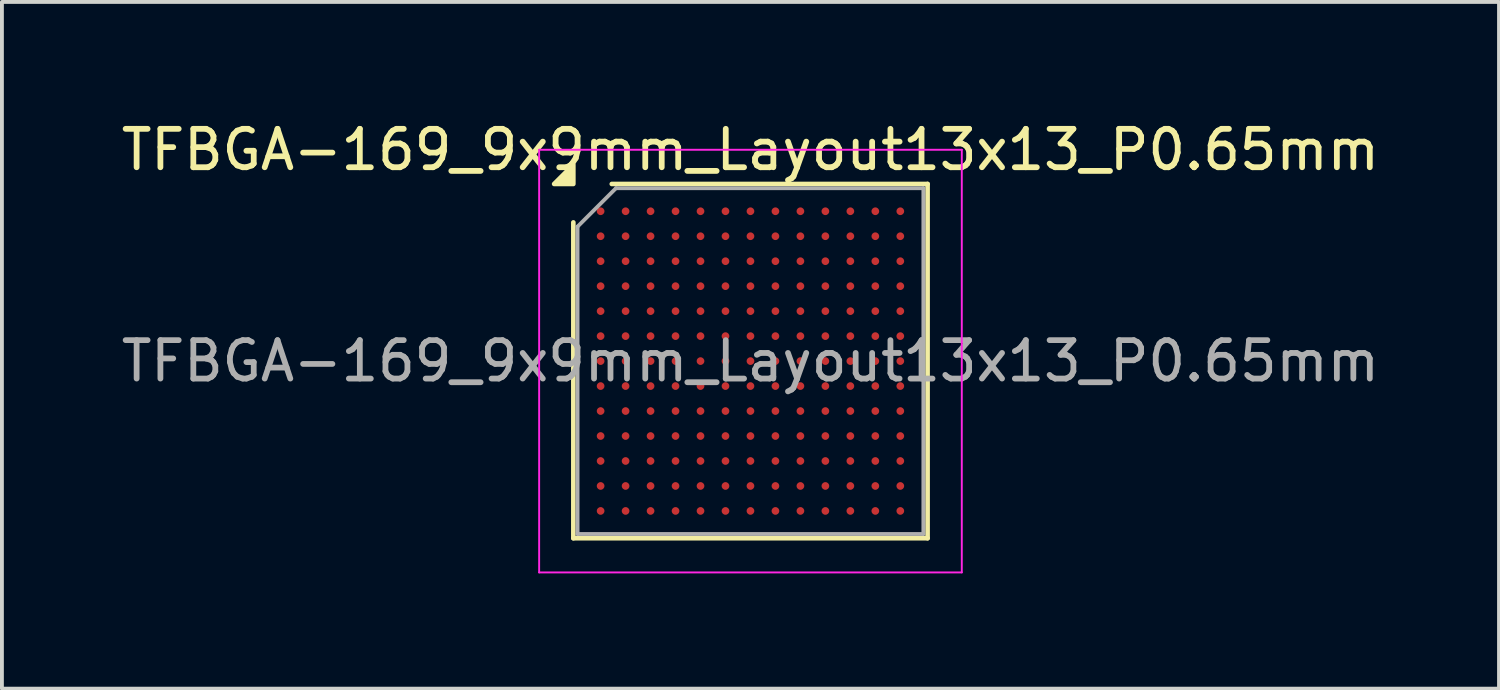
<source format=kicad_pcb>
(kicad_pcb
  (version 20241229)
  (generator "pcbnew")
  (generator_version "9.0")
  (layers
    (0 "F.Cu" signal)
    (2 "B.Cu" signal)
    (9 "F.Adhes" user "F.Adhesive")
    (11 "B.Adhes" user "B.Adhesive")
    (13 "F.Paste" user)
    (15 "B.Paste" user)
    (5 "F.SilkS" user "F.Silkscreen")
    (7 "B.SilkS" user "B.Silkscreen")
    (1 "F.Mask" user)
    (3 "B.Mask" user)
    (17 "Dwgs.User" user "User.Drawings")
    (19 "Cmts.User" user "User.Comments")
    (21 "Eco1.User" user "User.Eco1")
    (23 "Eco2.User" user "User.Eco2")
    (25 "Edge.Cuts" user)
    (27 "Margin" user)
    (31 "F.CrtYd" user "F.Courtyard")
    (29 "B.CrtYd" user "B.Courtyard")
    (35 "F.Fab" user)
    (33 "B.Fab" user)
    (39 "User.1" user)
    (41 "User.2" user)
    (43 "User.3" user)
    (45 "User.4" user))
  (footprint "TFBGA-169_9x9mm_Layout13x13_P0.65mm"
    (layer "F.Cu")
    (at 16.482 6.348)
    (property "Reference" "TFBGA-169_9x9mm_Layout13x13_P0.65mm" (at 0 -5.5 0) (layer "F.SilkS") (effects (font (size 1 1) (thickness 0.15))))
    (attr smd)
    (fp_line (start -4.61 4.61) (end -4.61 -3.61) (stroke (width 0.12) (type solid)) (layer "F.SilkS"))
    (fp_line (start -3.61 -4.61) (end 4.61 -4.61) (stroke (width 0.12) (type solid)) (layer "F.SilkS"))
    (fp_line (start 4.61 -4.61) (end 4.61 4.61) (stroke (width 0.12) (type solid)) (layer "F.SilkS"))
    (fp_line (start 4.61 4.61) (end -4.61 4.61) (stroke (width 0.12) (type solid)) (layer "F.SilkS"))
    (fp_poly (pts (xy -4.61 -4.61) (xy -5.11 -4.61) (xy -4.61 -5.11) (xy -4.61 -4.61)) (stroke (width 0.12) (type solid)) (fill yes) (layer "F.SilkS"))
    (fp_line (start -5.5 -5.5) (end -5.5 5.5) (stroke (width 0.05) (type solid)) (layer "F.CrtYd"))
    (fp_line (start -5.5 5.5) (end 5.5 5.5) (stroke (width 0.05) (type solid)) (layer "F.CrtYd"))
    (fp_line (start 5.5 -5.5) (end -5.5 -5.5) (stroke (width 0.05) (type solid)) (layer "F.CrtYd"))
    (fp_line (start 5.5 5.5) (end 5.5 -5.5) (stroke (width 0.05) (type solid)) (layer "F.CrtYd"))
    (fp_line (start -4.5 -3.5) (end -3.5 -4.5) (stroke (width 0.1) (type solid)) (layer "F.Fab"))
    (fp_line (start -4.5 4.5) (end -4.5 -3.5) (stroke (width 0.1) (type solid)) (layer "F.Fab"))
    (fp_line (start -3.5 -4.5) (end 4.5 -4.5) (stroke (width 0.1) (type solid)) (layer "F.Fab"))
    (fp_line (start 4.5 -4.5) (end 4.5 4.5) (stroke (width 0.1) (type solid)) (layer "F.Fab"))
    (fp_line (start 4.5 4.5) (end -4.5 4.5) (stroke (width 0.1) (type solid)) (layer "F.Fab"))
    (fp_text user "${REFERENCE}" (at 0 0 0) (layer "F.Fab") (effects (font (size 1 1) (thickness 0.15))))
    (pad "A1" smd circle (at -3.9 -3.9) (size 0.2 0.2) (property pad_prop_bga) (layers "F.Cu" "F.Mask" "F.Paste"))
    (pad "A2" smd circle (at -3.25 -3.9) (size 0.2 0.2) (property pad_prop_bga) (layers "F.Cu" "F.Mask" "F.Paste"))
    (pad "A3" smd circle (at -2.6 -3.9) (size 0.2 0.2) (property pad_prop_bga) (layers "F.Cu" "F.Mask" "F.Paste"))
    (pad "A4" smd circle (at -1.95 -3.9) (size 0.2 0.2) (property pad_prop_bga) (layers "F.Cu" "F.Mask" "F.Paste"))
    (pad "A5" smd circle (at -1.3 -3.9) (size 0.2 0.2) (property pad_prop_bga) (layers "F.Cu" "F.Mask" "F.Paste"))
    (pad "A6" smd circle (at -0.65 -3.9) (size 0.2 0.2) (property pad_prop_bga) (layers "F.Cu" "F.Mask" "F.Paste"))
    (pad "A7" smd circle (at 0 -3.9) (size 0.2 0.2) (property pad_prop_bga) (layers "F.Cu" "F.Mask" "F.Paste"))
    (pad "A8" smd circle (at 0.65 -3.9) (size 0.2 0.2) (property pad_prop_bga) (layers "F.Cu" "F.Mask" "F.Paste"))
    (pad "A9" smd circle (at 1.3 -3.9) (size 0.2 0.2) (property pad_prop_bga) (layers "F.Cu" "F.Mask" "F.Paste"))
    (pad "A10" smd circle (at 1.95 -3.9) (size 0.2 0.2) (property pad_prop_bga) (layers "F.Cu" "F.Mask" "F.Paste"))
    (pad "A11" smd circle (at 2.6 -3.9) (size 0.2 0.2) (property pad_prop_bga) (layers "F.Cu" "F.Mask" "F.Paste"))
    (pad "A12" smd circle (at 3.25 -3.9) (size 0.2 0.2) (property pad_prop_bga) (layers "F.Cu" "F.Mask" "F.Paste"))
    (pad "A13" smd circle (at 3.9 -3.9) (size 0.2 0.2) (property pad_prop_bga) (layers "F.Cu" "F.Mask" "F.Paste"))
    (pad "B1" smd circle (at -3.9 -3.25) (size 0.2 0.2) (property pad_prop_bga) (layers "F.Cu" "F.Mask" "F.Paste"))
    (pad "B2" smd circle (at -3.25 -3.25) (size 0.2 0.2) (property pad_prop_bga) (layers "F.Cu" "F.Mask" "F.Paste"))
    (pad "B3" smd circle (at -2.6 -3.25) (size 0.2 0.2) (property pad_prop_bga) (layers "F.Cu" "F.Mask" "F.Paste"))
    (pad "B4" smd circle (at -1.95 -3.25) (size 0.2 0.2) (property pad_prop_bga) (layers "F.Cu" "F.Mask" "F.Paste"))
    (pad "B5" smd circle (at -1.3 -3.25) (size 0.2 0.2) (property pad_prop_bga) (layers "F.Cu" "F.Mask" "F.Paste"))
    (pad "B6" smd circle (at -0.65 -3.25) (size 0.2 0.2) (property pad_prop_bga) (layers "F.Cu" "F.Mask" "F.Paste"))
    (pad "B7" smd circle (at 0 -3.25) (size 0.2 0.2) (property pad_prop_bga) (layers "F.Cu" "F.Mask" "F.Paste"))
    (pad "B8" smd circle (at 0.65 -3.25) (size 0.2 0.2) (property pad_prop_bga) (layers "F.Cu" "F.Mask" "F.Paste"))
    (pad "B9" smd circle (at 1.3 -3.25) (size 0.2 0.2) (property pad_prop_bga) (layers "F.Cu" "F.Mask" "F.Paste"))
    (pad "B10" smd circle (at 1.95 -3.25) (size 0.2 0.2) (property pad_prop_bga) (layers "F.Cu" "F.Mask" "F.Paste"))
    (pad "B11" smd circle (at 2.6 -3.25) (size 0.2 0.2) (property pad_prop_bga) (layers "F.Cu" "F.Mask" "F.Paste"))
    (pad "B12" smd circle (at 3.25 -3.25) (size 0.2 0.2) (property pad_prop_bga) (layers "F.Cu" "F.Mask" "F.Paste"))
    (pad "B13" smd circle (at 3.9 -3.25) (size 0.2 0.2) (property pad_prop_bga) (layers "F.Cu" "F.Mask" "F.Paste"))
    (pad "C1" smd circle (at -3.9 -2.6) (size 0.2 0.2) (property pad_prop_bga) (layers "F.Cu" "F.Mask" "F.Paste"))
    (pad "C2" smd circle (at -3.25 -2.6) (size 0.2 0.2) (property pad_prop_bga) (layers "F.Cu" "F.Mask" "F.Paste"))
    (pad "C3" smd circle (at -2.6 -2.6) (size 0.2 0.2) (property pad_prop_bga) (layers "F.Cu" "F.Mask" "F.Paste"))
    (pad "C4" smd circle (at -1.95 -2.6) (size 0.2 0.2) (property pad_prop_bga) (layers "F.Cu" "F.Mask" "F.Paste"))
    (pad "C5" smd circle (at -1.3 -2.6) (size 0.2 0.2) (property pad_prop_bga) (layers "F.Cu" "F.Mask" "F.Paste"))
    (pad "C6" smd circle (at -0.65 -2.6) (size 0.2 0.2) (property pad_prop_bga) (layers "F.Cu" "F.Mask" "F.Paste"))
    (pad "C7" smd circle (at 0 -2.6) (size 0.2 0.2) (property pad_prop_bga) (layers "F.Cu" "F.Mask" "F.Paste"))
    (pad "C8" smd circle (at 0.65 -2.6) (size 0.2 0.2) (property pad_prop_bga) (layers "F.Cu" "F.Mask" "F.Paste"))
    (pad "C9" smd circle (at 1.3 -2.6) (size 0.2 0.2) (property pad_prop_bga) (layers "F.Cu" "F.Mask" "F.Paste"))
    (pad "C10" smd circle (at 1.95 -2.6) (size 0.2 0.2) (property pad_prop_bga) (layers "F.Cu" "F.Mask" "F.Paste"))
    (pad "C11" smd circle (at 2.6 -2.6) (size 0.2 0.2) (property pad_prop_bga) (layers "F.Cu" "F.Mask" "F.Paste"))
    (pad "C12" smd circle (at 3.25 -2.6) (size 0.2 0.2) (property pad_prop_bga) (layers "F.Cu" "F.Mask" "F.Paste"))
    (pad "C13" smd circle (at 3.9 -2.6) (size 0.2 0.2) (property pad_prop_bga) (layers "F.Cu" "F.Mask" "F.Paste"))
    (pad "D1" smd circle (at -3.9 -1.95) (size 0.2 0.2) (property pad_prop_bga) (layers "F.Cu" "F.Mask" "F.Paste"))
    (pad "D2" smd circle (at -3.25 -1.95) (size 0.2 0.2) (property pad_prop_bga) (layers "F.Cu" "F.Mask" "F.Paste"))
    (pad "D3" smd circle (at -2.6 -1.95) (size 0.2 0.2) (property pad_prop_bga) (layers "F.Cu" "F.Mask" "F.Paste"))
    (pad "D4" smd circle (at -1.95 -1.95) (size 0.2 0.2) (property pad_prop_bga) (layers "F.Cu" "F.Mask" "F.Paste"))
    (pad "D5" smd circle (at -1.3 -1.95) (size 0.2 0.2) (property pad_prop_bga) (layers "F.Cu" "F.Mask" "F.Paste"))
    (pad "D6" smd circle (at -0.65 -1.95) (size 0.2 0.2) (property pad_prop_bga) (layers "F.Cu" "F.Mask" "F.Paste"))
    (pad "D7" smd circle (at 0 -1.95) (size 0.2 0.2) (property pad_prop_bga) (layers "F.Cu" "F.Mask" "F.Paste"))
    (pad "D8" smd circle (at 0.65 -1.95) (size 0.2 0.2) (property pad_prop_bga) (layers "F.Cu" "F.Mask" "F.Paste"))
    (pad "D9" smd circle (at 1.3 -1.95) (size 0.2 0.2) (property pad_prop_bga) (layers "F.Cu" "F.Mask" "F.Paste"))
    (pad "D10" smd circle (at 1.95 -1.95) (size 0.2 0.2) (property pad_prop_bga) (layers "F.Cu" "F.Mask" "F.Paste"))
    (pad "D11" smd circle (at 2.6 -1.95) (size 0.2 0.2) (property pad_prop_bga) (layers "F.Cu" "F.Mask" "F.Paste"))
    (pad "D12" smd circle (at 3.25 -1.95) (size 0.2 0.2) (property pad_prop_bga) (layers "F.Cu" "F.Mask" "F.Paste"))
    (pad "D13" smd circle (at 3.9 -1.95) (size 0.2 0.2) (property pad_prop_bga) (layers "F.Cu" "F.Mask" "F.Paste"))
    (pad "E1" smd circle (at -3.9 -1.3) (size 0.2 0.2) (property pad_prop_bga) (layers "F.Cu" "F.Mask" "F.Paste"))
    (pad "E2" smd circle (at -3.25 -1.3) (size 0.2 0.2) (property pad_prop_bga) (layers "F.Cu" "F.Mask" "F.Paste"))
    (pad "E3" smd circle (at -2.6 -1.3) (size 0.2 0.2) (property pad_prop_bga) (layers "F.Cu" "F.Mask" "F.Paste"))
    (pad "E4" smd circle (at -1.95 -1.3) (size 0.2 0.2) (property pad_prop_bga) (layers "F.Cu" "F.Mask" "F.Paste"))
    (pad "E5" smd circle (at -1.3 -1.3) (size 0.2 0.2) (property pad_prop_bga) (layers "F.Cu" "F.Mask" "F.Paste"))
    (pad "E6" smd circle (at -0.65 -1.3) (size 0.2 0.2) (property pad_prop_bga) (layers "F.Cu" "F.Mask" "F.Paste"))
    (pad "E7" smd circle (at 0 -1.3) (size 0.2 0.2) (property pad_prop_bga) (layers "F.Cu" "F.Mask" "F.Paste"))
    (pad "E8" smd circle (at 0.65 -1.3) (size 0.2 0.2) (property pad_prop_bga) (layers "F.Cu" "F.Mask" "F.Paste"))
    (pad "E9" smd circle (at 1.3 -1.3) (size 0.2 0.2) (property pad_prop_bga) (layers "F.Cu" "F.Mask" "F.Paste"))
    (pad "E10" smd circle (at 1.95 -1.3) (size 0.2 0.2) (property pad_prop_bga) (layers "F.Cu" "F.Mask" "F.Paste"))
    (pad "E11" smd circle (at 2.6 -1.3) (size 0.2 0.2) (property pad_prop_bga) (layers "F.Cu" "F.Mask" "F.Paste"))
    (pad "E12" smd circle (at 3.25 -1.3) (size 0.2 0.2) (property pad_prop_bga) (layers "F.Cu" "F.Mask" "F.Paste"))
    (pad "E13" smd circle (at 3.9 -1.3) (size 0.2 0.2) (property pad_prop_bga) (layers "F.Cu" "F.Mask" "F.Paste"))
    (pad "F1" smd circle (at -3.9 -0.65) (size 0.2 0.2) (property pad_prop_bga) (layers "F.Cu" "F.Mask" "F.Paste"))
    (pad "F2" smd circle (at -3.25 -0.65) (size 0.2 0.2) (property pad_prop_bga) (layers "F.Cu" "F.Mask" "F.Paste"))
    (pad "F3" smd circle (at -2.6 -0.65) (size 0.2 0.2) (property pad_prop_bga) (layers "F.Cu" "F.Mask" "F.Paste"))
    (pad "F4" smd circle (at -1.95 -0.65) (size 0.2 0.2) (property pad_prop_bga) (layers "F.Cu" "F.Mask" "F.Paste"))
    (pad "F5" smd circle (at -1.3 -0.65) (size 0.2 0.2) (property pad_prop_bga) (layers "F.Cu" "F.Mask" "F.Paste"))
    (pad "F6" smd circle (at -0.65 -0.65) (size 0.2 0.2) (property pad_prop_bga) (layers "F.Cu" "F.Mask" "F.Paste"))
    (pad "F7" smd circle (at 0 -0.65) (size 0.2 0.2) (property pad_prop_bga) (layers "F.Cu" "F.Mask" "F.Paste"))
    (pad "F8" smd circle (at 0.65 -0.65) (size 0.2 0.2) (property pad_prop_bga) (layers "F.Cu" "F.Mask" "F.Paste"))
    (pad "F9" smd circle (at 1.3 -0.65) (size 0.2 0.2) (property pad_prop_bga) (layers "F.Cu" "F.Mask" "F.Paste"))
    (pad "F10" smd circle (at 1.95 -0.65) (size 0.2 0.2) (property pad_prop_bga) (layers "F.Cu" "F.Mask" "F.Paste"))
    (pad "F11" smd circle (at 2.6 -0.65) (size 0.2 0.2) (property pad_prop_bga) (layers "F.Cu" "F.Mask" "F.Paste"))
    (pad "F12" smd circle (at 3.25 -0.65) (size 0.2 0.2) (property pad_prop_bga) (layers "F.Cu" "F.Mask" "F.Paste"))
    (pad "F13" smd circle (at 3.9 -0.65) (size 0.2 0.2) (property pad_prop_bga) (layers "F.Cu" "F.Mask" "F.Paste"))
    (pad "G1" smd circle (at -3.9 0) (size 0.2 0.2) (property pad_prop_bga) (layers "F.Cu" "F.Mask" "F.Paste"))
    (pad "G2" smd circle (at -3.25 0) (size 0.2 0.2) (property pad_prop_bga) (layers "F.Cu" "F.Mask" "F.Paste"))
    (pad "G3" smd circle (at -2.6 0) (size 0.2 0.2) (property pad_prop_bga) (layers "F.Cu" "F.Mask" "F.Paste"))
    (pad "G4" smd circle (at -1.95 0) (size 0.2 0.2) (property pad_prop_bga) (layers "F.Cu" "F.Mask" "F.Paste"))
    (pad "G5" smd circle (at -1.3 0) (size 0.2 0.2) (property pad_prop_bga) (layers "F.Cu" "F.Mask" "F.Paste"))
    (pad "G6" smd circle (at -0.65 0) (size 0.2 0.2) (property pad_prop_bga) (layers "F.Cu" "F.Mask" "F.Paste"))
    (pad "G7" smd circle (at 0 0) (size 0.2 0.2) (property pad_prop_bga) (layers "F.Cu" "F.Mask" "F.Paste"))
    (pad "G8" smd circle (at 0.65 0) (size 0.2 0.2) (property pad_prop_bga) (layers "F.Cu" "F.Mask" "F.Paste"))
    (pad "G9" smd circle (at 1.3 0) (size 0.2 0.2) (property pad_prop_bga) (layers "F.Cu" "F.Mask" "F.Paste"))
    (pad "G10" smd circle (at 1.95 0) (size 0.2 0.2) (property pad_prop_bga) (layers "F.Cu" "F.Mask" "F.Paste"))
    (pad "G11" smd circle (at 2.6 0) (size 0.2 0.2) (property pad_prop_bga) (layers "F.Cu" "F.Mask" "F.Paste"))
    (pad "G12" smd circle (at 3.25 0) (size 0.2 0.2) (property pad_prop_bga) (layers "F.Cu" "F.Mask" "F.Paste"))
    (pad "G13" smd circle (at 3.9 0) (size 0.2 0.2) (property pad_prop_bga) (layers "F.Cu" "F.Mask" "F.Paste"))
    (pad "H1" smd circle (at -3.9 0.65) (size 0.2 0.2) (property pad_prop_bga) (layers "F.Cu" "F.Mask" "F.Paste"))
    (pad "H2" smd circle (at -3.25 0.65) (size 0.2 0.2) (property pad_prop_bga) (layers "F.Cu" "F.Mask" "F.Paste"))
    (pad "H3" smd circle (at -2.6 0.65) (size 0.2 0.2) (property pad_prop_bga) (layers "F.Cu" "F.Mask" "F.Paste"))
    (pad "H4" smd circle (at -1.95 0.65) (size 0.2 0.2) (property pad_prop_bga) (layers "F.Cu" "F.Mask" "F.Paste"))
    (pad "H5" smd circle (at -1.3 0.65) (size 0.2 0.2) (property pad_prop_bga) (layers "F.Cu" "F.Mask" "F.Paste"))
    (pad "H6" smd circle (at -0.65 0.65) (size 0.2 0.2) (property pad_prop_bga) (layers "F.Cu" "F.Mask" "F.Paste"))
    (pad "H7" smd circle (at 0 0.65) (size 0.2 0.2) (property pad_prop_bga) (layers "F.Cu" "F.Mask" "F.Paste"))
    (pad "H8" smd circle (at 0.65 0.65) (size 0.2 0.2) (property pad_prop_bga) (layers "F.Cu" "F.Mask" "F.Paste"))
    (pad "H9" smd circle (at 1.3 0.65) (size 0.2 0.2) (property pad_prop_bga) (layers "F.Cu" "F.Mask" "F.Paste"))
    (pad "H10" smd circle (at 1.95 0.65) (size 0.2 0.2) (property pad_prop_bga) (layers "F.Cu" "F.Mask" "F.Paste"))
    (pad "H11" smd circle (at 2.6 0.65) (size 0.2 0.2) (property pad_prop_bga) (layers "F.Cu" "F.Mask" "F.Paste"))
    (pad "H12" smd circle (at 3.25 0.65) (size 0.2 0.2) (property pad_prop_bga) (layers "F.Cu" "F.Mask" "F.Paste"))
    (pad "H13" smd circle (at 3.9 0.65) (size 0.2 0.2) (property pad_prop_bga) (layers "F.Cu" "F.Mask" "F.Paste"))
    (pad "J1" smd circle (at -3.9 1.3) (size 0.2 0.2) (property pad_prop_bga) (layers "F.Cu" "F.Mask" "F.Paste"))
    (pad "J2" smd circle (at -3.25 1.3) (size 0.2 0.2) (property pad_prop_bga) (layers "F.Cu" "F.Mask" "F.Paste"))
    (pad "J3" smd circle (at -2.6 1.3) (size 0.2 0.2) (property pad_prop_bga) (layers "F.Cu" "F.Mask" "F.Paste"))
    (pad "J4" smd circle (at -1.95 1.3) (size 0.2 0.2) (property pad_prop_bga) (layers "F.Cu" "F.Mask" "F.Paste"))
    (pad "J5" smd circle (at -1.3 1.3) (size 0.2 0.2) (property pad_prop_bga) (layers "F.Cu" "F.Mask" "F.Paste"))
    (pad "J6" smd circle (at -0.65 1.3) (size 0.2 0.2) (property pad_prop_bga) (layers "F.Cu" "F.Mask" "F.Paste"))
    (pad "J7" smd circle (at 0 1.3) (size 0.2 0.2) (property pad_prop_bga) (layers "F.Cu" "F.Mask" "F.Paste"))
    (pad "J8" smd circle (at 0.65 1.3) (size 0.2 0.2) (property pad_prop_bga) (layers "F.Cu" "F.Mask" "F.Paste"))
    (pad "J9" smd circle (at 1.3 1.3) (size 0.2 0.2) (property pad_prop_bga) (layers "F.Cu" "F.Mask" "F.Paste"))
    (pad "J10" smd circle (at 1.95 1.3) (size 0.2 0.2) (property pad_prop_bga) (layers "F.Cu" "F.Mask" "F.Paste"))
    (pad "J11" smd circle (at 2.6 1.3) (size 0.2 0.2) (property pad_prop_bga) (layers "F.Cu" "F.Mask" "F.Paste"))
    (pad "J12" smd circle (at 3.25 1.3) (size 0.2 0.2) (property pad_prop_bga) (layers "F.Cu" "F.Mask" "F.Paste"))
    (pad "J13" smd circle (at 3.9 1.3) (size 0.2 0.2) (property pad_prop_bga) (layers "F.Cu" "F.Mask" "F.Paste"))
    (pad "K1" smd circle (at -3.9 1.95) (size 0.2 0.2) (property pad_prop_bga) (layers "F.Cu" "F.Mask" "F.Paste"))
    (pad "K2" smd circle (at -3.25 1.95) (size 0.2 0.2) (property pad_prop_bga) (layers "F.Cu" "F.Mask" "F.Paste"))
    (pad "K3" smd circle (at -2.6 1.95) (size 0.2 0.2) (property pad_prop_bga) (layers "F.Cu" "F.Mask" "F.Paste"))
    (pad "K4" smd circle (at -1.95 1.95) (size 0.2 0.2) (property pad_prop_bga) (layers "F.Cu" "F.Mask" "F.Paste"))
    (pad "K5" smd circle (at -1.3 1.95) (size 0.2 0.2) (property pad_prop_bga) (layers "F.Cu" "F.Mask" "F.Paste"))
    (pad "K6" smd circle (at -0.65 1.95) (size 0.2 0.2) (property pad_prop_bga) (layers "F.Cu" "F.Mask" "F.Paste"))
    (pad "K7" smd circle (at 0 1.95) (size 0.2 0.2) (property pad_prop_bga) (layers "F.Cu" "F.Mask" "F.Paste"))
    (pad "K8" smd circle (at 0.65 1.95) (size 0.2 0.2) (property pad_prop_bga) (layers "F.Cu" "F.Mask" "F.Paste"))
    (pad "K9" smd circle (at 1.3 1.95) (size 0.2 0.2) (property pad_prop_bga) (layers "F.Cu" "F.Mask" "F.Paste"))
    (pad "K10" smd circle (at 1.95 1.95) (size 0.2 0.2) (property pad_prop_bga) (layers "F.Cu" "F.Mask" "F.Paste"))
    (pad "K11" smd circle (at 2.6 1.95) (size 0.2 0.2) (property pad_prop_bga) (layers "F.Cu" "F.Mask" "F.Paste"))
    (pad "K12" smd circle (at 3.25 1.95) (size 0.2 0.2) (property pad_prop_bga) (layers "F.Cu" "F.Mask" "F.Paste"))
    (pad "K13" smd circle (at 3.9 1.95) (size 0.2 0.2) (property pad_prop_bga) (layers "F.Cu" "F.Mask" "F.Paste"))
    (pad "L1" smd circle (at -3.9 2.6) (size 0.2 0.2) (property pad_prop_bga) (layers "F.Cu" "F.Mask" "F.Paste"))
    (pad "L2" smd circle (at -3.25 2.6) (size 0.2 0.2) (property pad_prop_bga) (layers "F.Cu" "F.Mask" "F.Paste"))
    (pad "L3" smd circle (at -2.6 2.6) (size 0.2 0.2) (property pad_prop_bga) (layers "F.Cu" "F.Mask" "F.Paste"))
    (pad "L4" smd circle (at -1.95 2.6) (size 0.2 0.2) (property pad_prop_bga) (layers "F.Cu" "F.Mask" "F.Paste"))
    (pad "L5" smd circle (at -1.3 2.6) (size 0.2 0.2) (property pad_prop_bga) (layers "F.Cu" "F.Mask" "F.Paste"))
    (pad "L6" smd circle (at -0.65 2.6) (size 0.2 0.2) (property pad_prop_bga) (layers "F.Cu" "F.Mask" "F.Paste"))
    (pad "L7" smd circle (at 0 2.6) (size 0.2 0.2) (property pad_prop_bga) (layers "F.Cu" "F.Mask" "F.Paste"))
    (pad "L8" smd circle (at 0.65 2.6) (size 0.2 0.2) (property pad_prop_bga) (layers "F.Cu" "F.Mask" "F.Paste"))
    (pad "L9" smd circle (at 1.3 2.6) (size 0.2 0.2) (property pad_prop_bga) (layers "F.Cu" "F.Mask" "F.Paste"))
    (pad "L10" smd circle (at 1.95 2.6) (size 0.2 0.2) (property pad_prop_bga) (layers "F.Cu" "F.Mask" "F.Paste"))
    (pad "L11" smd circle (at 2.6 2.6) (size 0.2 0.2) (property pad_prop_bga) (layers "F.Cu" "F.Mask" "F.Paste"))
    (pad "L12" smd circle (at 3.25 2.6) (size 0.2 0.2) (property pad_prop_bga) (layers "F.Cu" "F.Mask" "F.Paste"))
    (pad "L13" smd circle (at 3.9 2.6) (size 0.2 0.2) (property pad_prop_bga) (layers "F.Cu" "F.Mask" "F.Paste"))
    (pad "M1" smd circle (at -3.9 3.25) (size 0.2 0.2) (property pad_prop_bga) (layers "F.Cu" "F.Mask" "F.Paste"))
    (pad "M2" smd circle (at -3.25 3.25) (size 0.2 0.2) (property pad_prop_bga) (layers "F.Cu" "F.Mask" "F.Paste"))
    (pad "M3" smd circle (at -2.6 3.25) (size 0.2 0.2) (property pad_prop_bga) (layers "F.Cu" "F.Mask" "F.Paste"))
    (pad "M4" smd circle (at -1.95 3.25) (size 0.2 0.2) (property pad_prop_bga) (layers "F.Cu" "F.Mask" "F.Paste"))
    (pad "M5" smd circle (at -1.3 3.25) (size 0.2 0.2) (property pad_prop_bga) (layers "F.Cu" "F.Mask" "F.Paste"))
    (pad "M6" smd circle (at -0.65 3.25) (size 0.2 0.2) (property pad_prop_bga) (layers "F.Cu" "F.Mask" "F.Paste"))
    (pad "M7" smd circle (at 0 3.25) (size 0.2 0.2) (property pad_prop_bga) (layers "F.Cu" "F.Mask" "F.Paste"))
    (pad "M8" smd circle (at 0.65 3.25) (size 0.2 0.2) (property pad_prop_bga) (layers "F.Cu" "F.Mask" "F.Paste"))
    (pad "M9" smd circle (at 1.3 3.25) (size 0.2 0.2) (property pad_prop_bga) (layers "F.Cu" "F.Mask" "F.Paste"))
    (pad "M10" smd circle (at 1.95 3.25) (size 0.2 0.2) (property pad_prop_bga) (layers "F.Cu" "F.Mask" "F.Paste"))
    (pad "M11" smd circle (at 2.6 3.25) (size 0.2 0.2) (property pad_prop_bga) (layers "F.Cu" "F.Mask" "F.Paste"))
    (pad "M12" smd circle (at 3.25 3.25) (size 0.2 0.2) (property pad_prop_bga) (layers "F.Cu" "F.Mask" "F.Paste"))
    (pad "M13" smd circle (at 3.9 3.25) (size 0.2 0.2) (property pad_prop_bga) (layers "F.Cu" "F.Mask" "F.Paste"))
    (pad "N1" smd circle (at -3.9 3.9) (size 0.2 0.2) (property pad_prop_bga) (layers "F.Cu" "F.Mask" "F.Paste"))
    (pad "N2" smd circle (at -3.25 3.9) (size 0.2 0.2) (property pad_prop_bga) (layers "F.Cu" "F.Mask" "F.Paste"))
    (pad "N3" smd circle (at -2.6 3.9) (size 0.2 0.2) (property pad_prop_bga) (layers "F.Cu" "F.Mask" "F.Paste"))
    (pad "N4" smd circle (at -1.95 3.9) (size 0.2 0.2) (property pad_prop_bga) (layers "F.Cu" "F.Mask" "F.Paste"))
    (pad "N5" smd circle (at -1.3 3.9) (size 0.2 0.2) (property pad_prop_bga) (layers "F.Cu" "F.Mask" "F.Paste"))
    (pad "N6" smd circle (at -0.65 3.9) (size 0.2 0.2) (property pad_prop_bga) (layers "F.Cu" "F.Mask" "F.Paste"))
    (pad "N7" smd circle (at 0 3.9) (size 0.2 0.2) (property pad_prop_bga) (layers "F.Cu" "F.Mask" "F.Paste"))
    (pad "N8" smd circle (at 0.65 3.9) (size 0.2 0.2) (property pad_prop_bga) (layers "F.Cu" "F.Mask" "F.Paste"))
    (pad "N9" smd circle (at 1.3 3.9) (size 0.2 0.2) (property pad_prop_bga) (layers "F.Cu" "F.Mask" "F.Paste"))
    (pad "N10" smd circle (at 1.95 3.9) (size 0.2 0.2) (property pad_prop_bga) (layers "F.Cu" "F.Mask" "F.Paste"))
    (pad "N11" smd circle (at 2.6 3.9) (size 0.2 0.2) (property pad_prop_bga) (layers "F.Cu" "F.Mask" "F.Paste"))
    (pad "N12" smd circle (at 3.25 3.9) (size 0.2 0.2) (property pad_prop_bga) (layers "F.Cu" "F.Mask" "F.Paste"))
    (pad "N13" smd circle (at 3.9 3.9) (size 0.2 0.2) (property pad_prop_bga) (layers "F.Cu" "F.Mask" "F.Paste")))
  (gr_rect
    (start -3 -3)
    (end 35.964 14.873)
    (stroke (width 0.1) (type default))
    (fill no)
    (layer "Edge.Cuts")))
</source>
